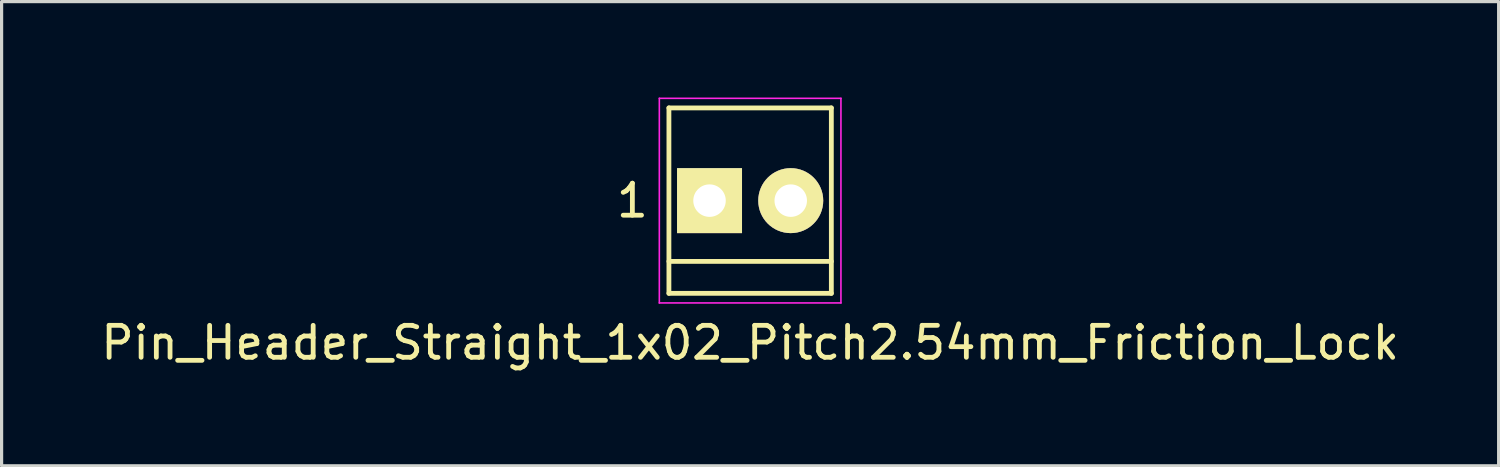
<source format=kicad_pcb>
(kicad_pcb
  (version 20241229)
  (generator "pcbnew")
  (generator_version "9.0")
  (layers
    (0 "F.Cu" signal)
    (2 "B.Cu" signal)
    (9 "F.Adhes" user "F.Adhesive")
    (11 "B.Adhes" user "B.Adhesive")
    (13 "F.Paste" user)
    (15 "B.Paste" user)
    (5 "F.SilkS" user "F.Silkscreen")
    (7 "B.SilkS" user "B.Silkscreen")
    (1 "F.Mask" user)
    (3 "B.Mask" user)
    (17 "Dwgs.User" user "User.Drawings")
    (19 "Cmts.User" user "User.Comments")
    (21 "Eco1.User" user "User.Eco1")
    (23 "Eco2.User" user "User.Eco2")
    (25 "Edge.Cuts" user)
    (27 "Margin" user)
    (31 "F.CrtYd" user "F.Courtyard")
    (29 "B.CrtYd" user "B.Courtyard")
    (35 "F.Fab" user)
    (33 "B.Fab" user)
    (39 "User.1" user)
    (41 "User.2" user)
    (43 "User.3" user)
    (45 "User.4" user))
  (footprint "Pin_Header_Straight_1x02_Pitch2.54mm_Friction_Lock"
    (layer "F.Cu")
    (at 19.141 3.225)
    (property "Reference" "Pin_Header_Straight_1x02_Pitch2.54mm_Friction_Lock" (at 1.27 4.445 0) (layer "F.SilkS") (effects (font (size 1 1) (thickness 0.15))))
    (attr through_hole)
    (fp_line (start -1.27 -2.9) (end -1.27 2.9) (stroke (width 0.15) (type solid)) (layer "F.SilkS"))
    (fp_line (start -1.27 -2.9) (end 3.81 -2.9) (stroke (width 0.15) (type solid)) (layer "F.SilkS"))
    (fp_line (start -1.27 1.9) (end 3.81 1.9) (stroke (width 0.15) (type solid)) (layer "F.SilkS"))
    (fp_line (start -1.27 2.9) (end 3.81 2.9) (stroke (width 0.15) (type solid)) (layer "F.SilkS"))
    (fp_line (start 3.81 -2.9) (end 3.81 2.9) (stroke (width 0.15) (type solid)) (layer "F.SilkS"))
    (fp_line (start -1.57 -3.2) (end 4.11 -3.2) (stroke (width 0.05) (type solid)) (layer "F.CrtYd"))
    (fp_line (start -1.57 3.2) (end -1.57 -3.2) (stroke (width 0.05) (type solid)) (layer "F.CrtYd"))
    (fp_line (start 4.11 -3.2) (end 4.11 3.2) (stroke (width 0.05) (type solid)) (layer "F.CrtYd"))
    (fp_line (start 4.11 3.2) (end -1.57 3.2) (stroke (width 0.05) (type solid)) (layer "F.CrtYd"))
    (fp_text user "1" (at -2.413 0 0) (layer "F.SilkS") (effects (font (size 1 1) (thickness 0.15))))
    (pad "1" thru_hole rect (at 0 0) (size 2.032 2.032) (drill 1.016) (layers "*.Cu" "*.Mask" "F.SilkS"))
    (pad "2" thru_hole circle (at 2.54 0) (size 2.032 2.032) (drill 1.016) (layers "*.Cu" "*.Mask" "F.SilkS")))
  (gr_rect
    (start -3 -3)
    (end 43.821 11.518)
    (stroke (width 0.1) (type default))
    (fill no)
    (layer "Edge.Cuts")))
</source>
